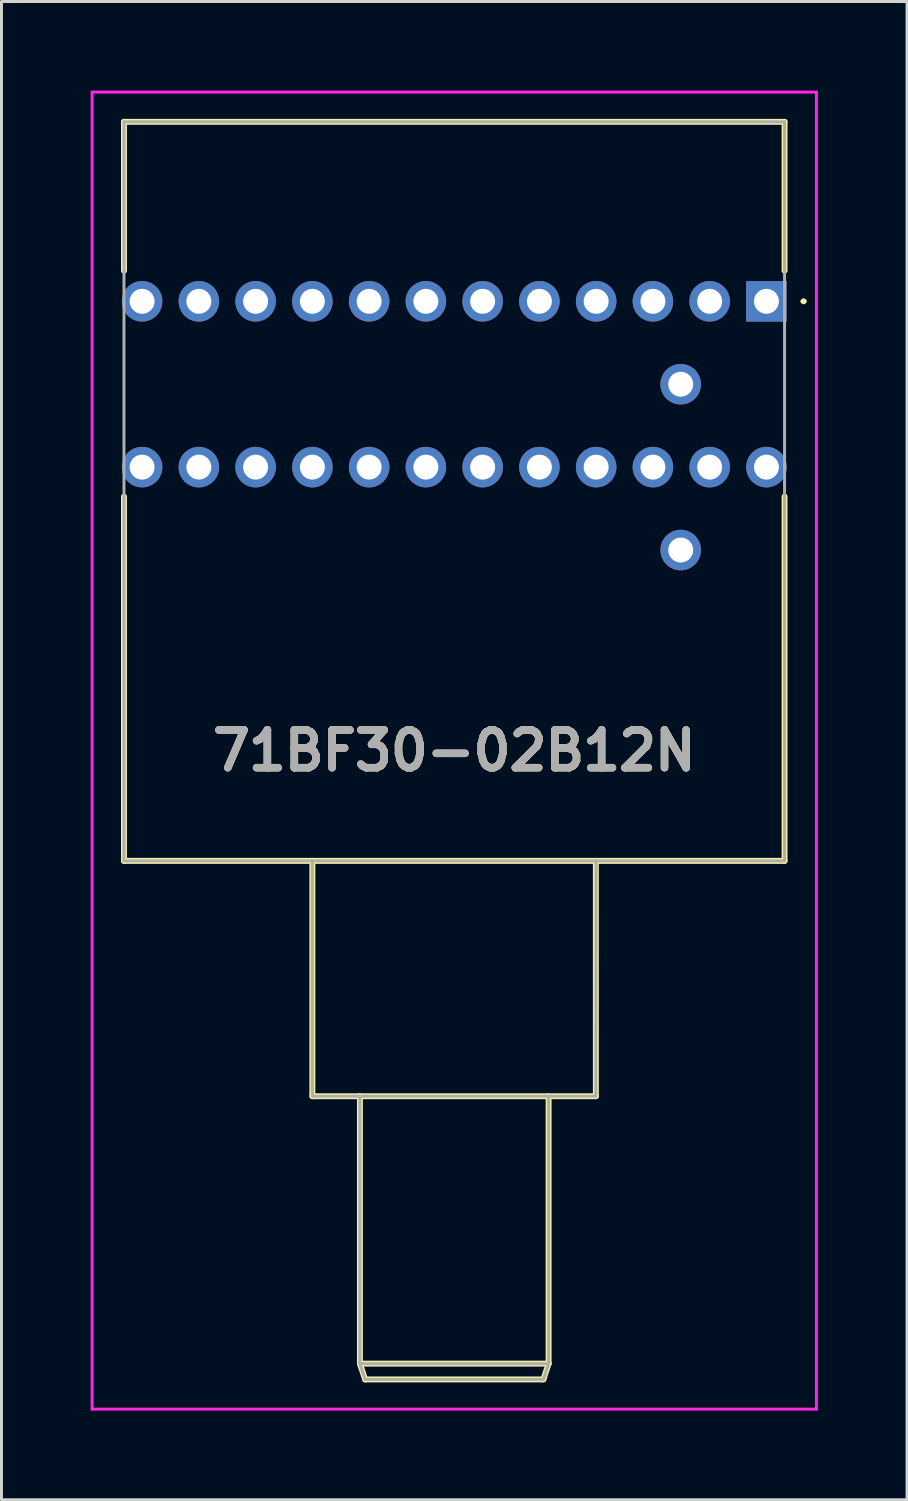
<source format=kicad_pcb>
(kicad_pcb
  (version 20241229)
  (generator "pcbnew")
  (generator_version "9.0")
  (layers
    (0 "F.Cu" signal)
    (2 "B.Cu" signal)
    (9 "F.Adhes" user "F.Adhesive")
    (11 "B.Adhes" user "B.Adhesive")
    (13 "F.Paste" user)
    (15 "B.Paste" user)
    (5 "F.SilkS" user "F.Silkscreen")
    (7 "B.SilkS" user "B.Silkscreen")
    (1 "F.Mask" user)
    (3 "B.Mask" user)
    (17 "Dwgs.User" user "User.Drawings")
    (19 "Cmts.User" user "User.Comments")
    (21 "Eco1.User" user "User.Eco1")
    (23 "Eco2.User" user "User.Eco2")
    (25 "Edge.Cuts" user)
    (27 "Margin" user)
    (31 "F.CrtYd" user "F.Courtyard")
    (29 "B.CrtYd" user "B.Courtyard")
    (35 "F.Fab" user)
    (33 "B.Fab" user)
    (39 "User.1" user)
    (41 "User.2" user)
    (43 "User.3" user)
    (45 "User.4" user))
  (footprint "71BF30-02B12N"
    (layer "F.Cu")
    (at 22.742 7.09)
    (property "Reference" "71BF30-02B12N" (at -10.505 15.12 0) (layer "F.SilkS") (effects (font (size 1.27 1.27) (thickness 0.254))))
    (attr through_hole)
    (fp_line (start -21.62 -6.04) (end 0.61 -6.04) (stroke (width 0.2) (type solid)) (layer "F.SilkS"))
    (fp_line (start -21.62 -1.03) (end -21.62 -6.04) (stroke (width 0.2) (type solid)) (layer "F.SilkS"))
    (fp_line (start -21.62 18.83) (end -21.62 6.57) (stroke (width 0.2) (type solid)) (layer "F.SilkS"))
    (fp_line (start -15.28 18.83) (end -15.28 26.75) (stroke (width 0.2) (type solid)) (layer "F.SilkS"))
    (fp_line (start -15.28 26.75) (end -5.74 26.75) (stroke (width 0.2) (type solid)) (layer "F.SilkS"))
    (fp_line (start -13.68 26.75) (end -13.68 35.75) (stroke (width 0.2) (type solid)) (layer "F.SilkS"))
    (fp_line (start -13.68 35.75) (end -13.505 36.28) (stroke (width 0.2) (type solid)) (layer "F.SilkS"))
    (fp_line (start -13.68 35.75) (end -7.33 35.75) (stroke (width 0.2) (type solid)) (layer "F.SilkS"))
    (fp_line (start -13.505 36.28) (end -7.505 36.28) (stroke (width 0.2) (type solid)) (layer "F.SilkS"))
    (fp_line (start -7.505 36.28) (end -7.33 35.75) (stroke (width 0.2) (type solid)) (layer "F.SilkS"))
    (fp_line (start -7.33 35.75) (end -7.33 26.75) (stroke (width 0.2) (type solid)) (layer "F.SilkS"))
    (fp_line (start -5.74 26.75) (end -5.74 18.83) (stroke (width 0.2) (type solid)) (layer "F.SilkS"))
    (fp_line (start 0.61 -6.04) (end 0.61 -1.03) (stroke (width 0.2) (type solid)) (layer "F.SilkS"))
    (fp_line (start 0.61 6.57) (end 0.61 18.83) (stroke (width 0.2) (type solid)) (layer "F.SilkS"))
    (fp_line (start 0.61 18.83) (end -21.62 18.83) (stroke (width 0.2) (type solid)) (layer "F.SilkS"))
    (fp_line (start 1.2 0) (end 1.2 0) (stroke (width 0.1) (type solid)) (layer "F.SilkS"))
    (fp_line (start 1.3 0) (end 1.3 0) (stroke (width 0.1) (type solid)) (layer "F.SilkS"))
    (fp_arc (start 1.2 0) (mid 1.25 -0.05) (end 1.3 0) (stroke (width 0.1) (type solid)) (layer "F.SilkS"))
    (fp_arc (start 1.3 0) (mid 1.25 0.05) (end 1.2 0) (stroke (width 0.1) (type solid)) (layer "F.SilkS"))
    (fp_line (start -22.692 -7.04) (end 1.682 -7.04) (stroke (width 0.1) (type solid)) (layer "F.CrtYd"))
    (fp_line (start -22.692 37.28) (end -22.692 -7.04) (stroke (width 0.1) (type solid)) (layer "F.CrtYd"))
    (fp_line (start 1.682 -7.04) (end 1.682 37.28) (stroke (width 0.1) (type solid)) (layer "F.CrtYd"))
    (fp_line (start 1.682 37.28) (end -22.692 37.28) (stroke (width 0.1) (type solid)) (layer "F.CrtYd"))
    (fp_line (start -21.62 -6.04) (end 0.61 -6.04) (stroke (width 0.1) (type solid)) (layer "F.Fab"))
    (fp_line (start -21.62 18.83) (end -21.62 -6.04) (stroke (width 0.1) (type solid)) (layer "F.Fab"))
    (fp_line (start -15.28 18.83) (end -15.28 26.75) (stroke (width 0.1) (type solid)) (layer "F.Fab"))
    (fp_line (start -15.28 26.75) (end -5.74 26.75) (stroke (width 0.1) (type solid)) (layer "F.Fab"))
    (fp_line (start -13.68 26.75) (end -13.68 35.75) (stroke (width 0.1) (type solid)) (layer "F.Fab"))
    (fp_line (start -13.68 35.75) (end -13.505 36.28) (stroke (width 0.1) (type solid)) (layer "F.Fab"))
    (fp_line (start -13.68 35.75) (end -7.33 35.75) (stroke (width 0.1) (type solid)) (layer "F.Fab"))
    (fp_line (start -13.505 36.28) (end -7.505 36.28) (stroke (width 0.1) (type solid)) (layer "F.Fab"))
    (fp_line (start -7.505 36.28) (end -7.33 35.75) (stroke (width 0.1) (type solid)) (layer "F.Fab"))
    (fp_line (start -7.33 35.75) (end -7.33 26.75) (stroke (width 0.1) (type solid)) (layer "F.Fab"))
    (fp_line (start -5.74 26.75) (end -5.73 18.83) (stroke (width 0.1) (type solid)) (layer "F.Fab"))
    (fp_line (start 0.61 -6.04) (end 0.61 18.83) (stroke (width 0.1) (type solid)) (layer "F.Fab"))
    (fp_line (start 0.61 18.83) (end -21.62 18.83) (stroke (width 0.1) (type solid)) (layer "F.Fab"))
    (fp_text user "${REFERENCE}" (at -10.505 15.12 0) (layer "F.Fab") (effects (font (size 1.27 1.27) (thickness 0.254))))
    (pad "A1" thru_hole rect (at 0 0) (size 1.365 1.365) (drill 0.84) (layers "*.Cu" "*.Mask"))
    (pad "A2" thru_hole circle (at -1.91 0) (size 1.365 1.365) (drill 0.84) (layers "*.Cu" "*.Mask"))
    (pad "A3" thru_hole circle (at -3.82 0) (size 1.365 1.365) (drill 0.84) (layers "*.Cu" "*.Mask"))
    (pad "A4" thru_hole circle (at -5.73 0) (size 1.365 1.365) (drill 0.84) (layers "*.Cu" "*.Mask"))
    (pad "A5" thru_hole circle (at -7.64 0) (size 1.365 1.365) (drill 0.84) (layers "*.Cu" "*.Mask"))
    (pad "A6" thru_hole circle (at -9.55 0) (size 1.365 1.365) (drill 0.84) (layers "*.Cu" "*.Mask"))
    (pad "A7" thru_hole circle (at -11.46 0) (size 1.365 1.365) (drill 0.84) (layers "*.Cu" "*.Mask"))
    (pad "A8" thru_hole circle (at -13.37 0) (size 1.365 1.365) (drill 0.84) (layers "*.Cu" "*.Mask"))
    (pad "A9" thru_hole circle (at -15.28 0) (size 1.365 1.365) (drill 0.84) (layers "*.Cu" "*.Mask"))
    (pad "A10" thru_hole circle (at -17.19 0) (size 1.365 1.365) (drill 0.84) (layers "*.Cu" "*.Mask"))
    (pad "A11" thru_hole circle (at -19.1 0) (size 1.365 1.365) (drill 0.84) (layers "*.Cu" "*.Mask"))
    (pad "A12" thru_hole circle (at -21.01 0) (size 1.365 1.365) (drill 0.84) (layers "*.Cu" "*.Mask"))
    (pad "B1" thru_hole circle (at 0 5.58) (size 1.365 1.365) (drill 0.84) (layers "*.Cu" "*.Mask"))
    (pad "B2" thru_hole circle (at -1.91 5.58) (size 1.365 1.365) (drill 0.84) (layers "*.Cu" "*.Mask"))
    (pad "B3" thru_hole circle (at -3.82 5.58) (size 1.365 1.365) (drill 0.84) (layers "*.Cu" "*.Mask"))
    (pad "B4" thru_hole circle (at -5.73 5.58) (size 1.365 1.365) (drill 0.84) (layers "*.Cu" "*.Mask"))
    (pad "B5" thru_hole circle (at -7.64 5.58) (size 1.365 1.365) (drill 0.84) (layers "*.Cu" "*.Mask"))
    (pad "B6" thru_hole circle (at -9.55 5.58) (size 1.365 1.365) (drill 0.84) (layers "*.Cu" "*.Mask"))
    (pad "B7" thru_hole circle (at -11.46 5.58) (size 1.365 1.365) (drill 0.84) (layers "*.Cu" "*.Mask"))
    (pad "B8" thru_hole circle (at -13.37 5.58) (size 1.365 1.365) (drill 0.84) (layers "*.Cu" "*.Mask"))
    (pad "B9" thru_hole circle (at -15.28 5.58) (size 1.365 1.365) (drill 0.84) (layers "*.Cu" "*.Mask"))
    (pad "B10" thru_hole circle (at -17.19 5.58) (size 1.365 1.365) (drill 0.84) (layers "*.Cu" "*.Mask"))
    (pad "B11" thru_hole circle (at -19.1 5.58) (size 1.365 1.365) (drill 0.84) (layers "*.Cu" "*.Mask"))
    (pad "B12" thru_hole circle (at -21.01 5.58) (size 1.365 1.365) (drill 0.84) (layers "*.Cu" "*.Mask"))
    (pad "C11" thru_hole circle (at -2.885 8.37) (size 1.365 1.365) (drill 0.84) (layers "*.Cu" "*.Mask"))
    (pad "C12" thru_hole circle (at -2.885 2.79) (size 1.365 1.365) (drill 0.84) (layers "*.Cu" "*.Mask")))
  (gr_rect
    (start -3 -3)
    (end 27.474 47.42)
    (stroke (width 0.1) (type default))
    (fill no)
    (layer "Edge.Cuts")))
</source>
